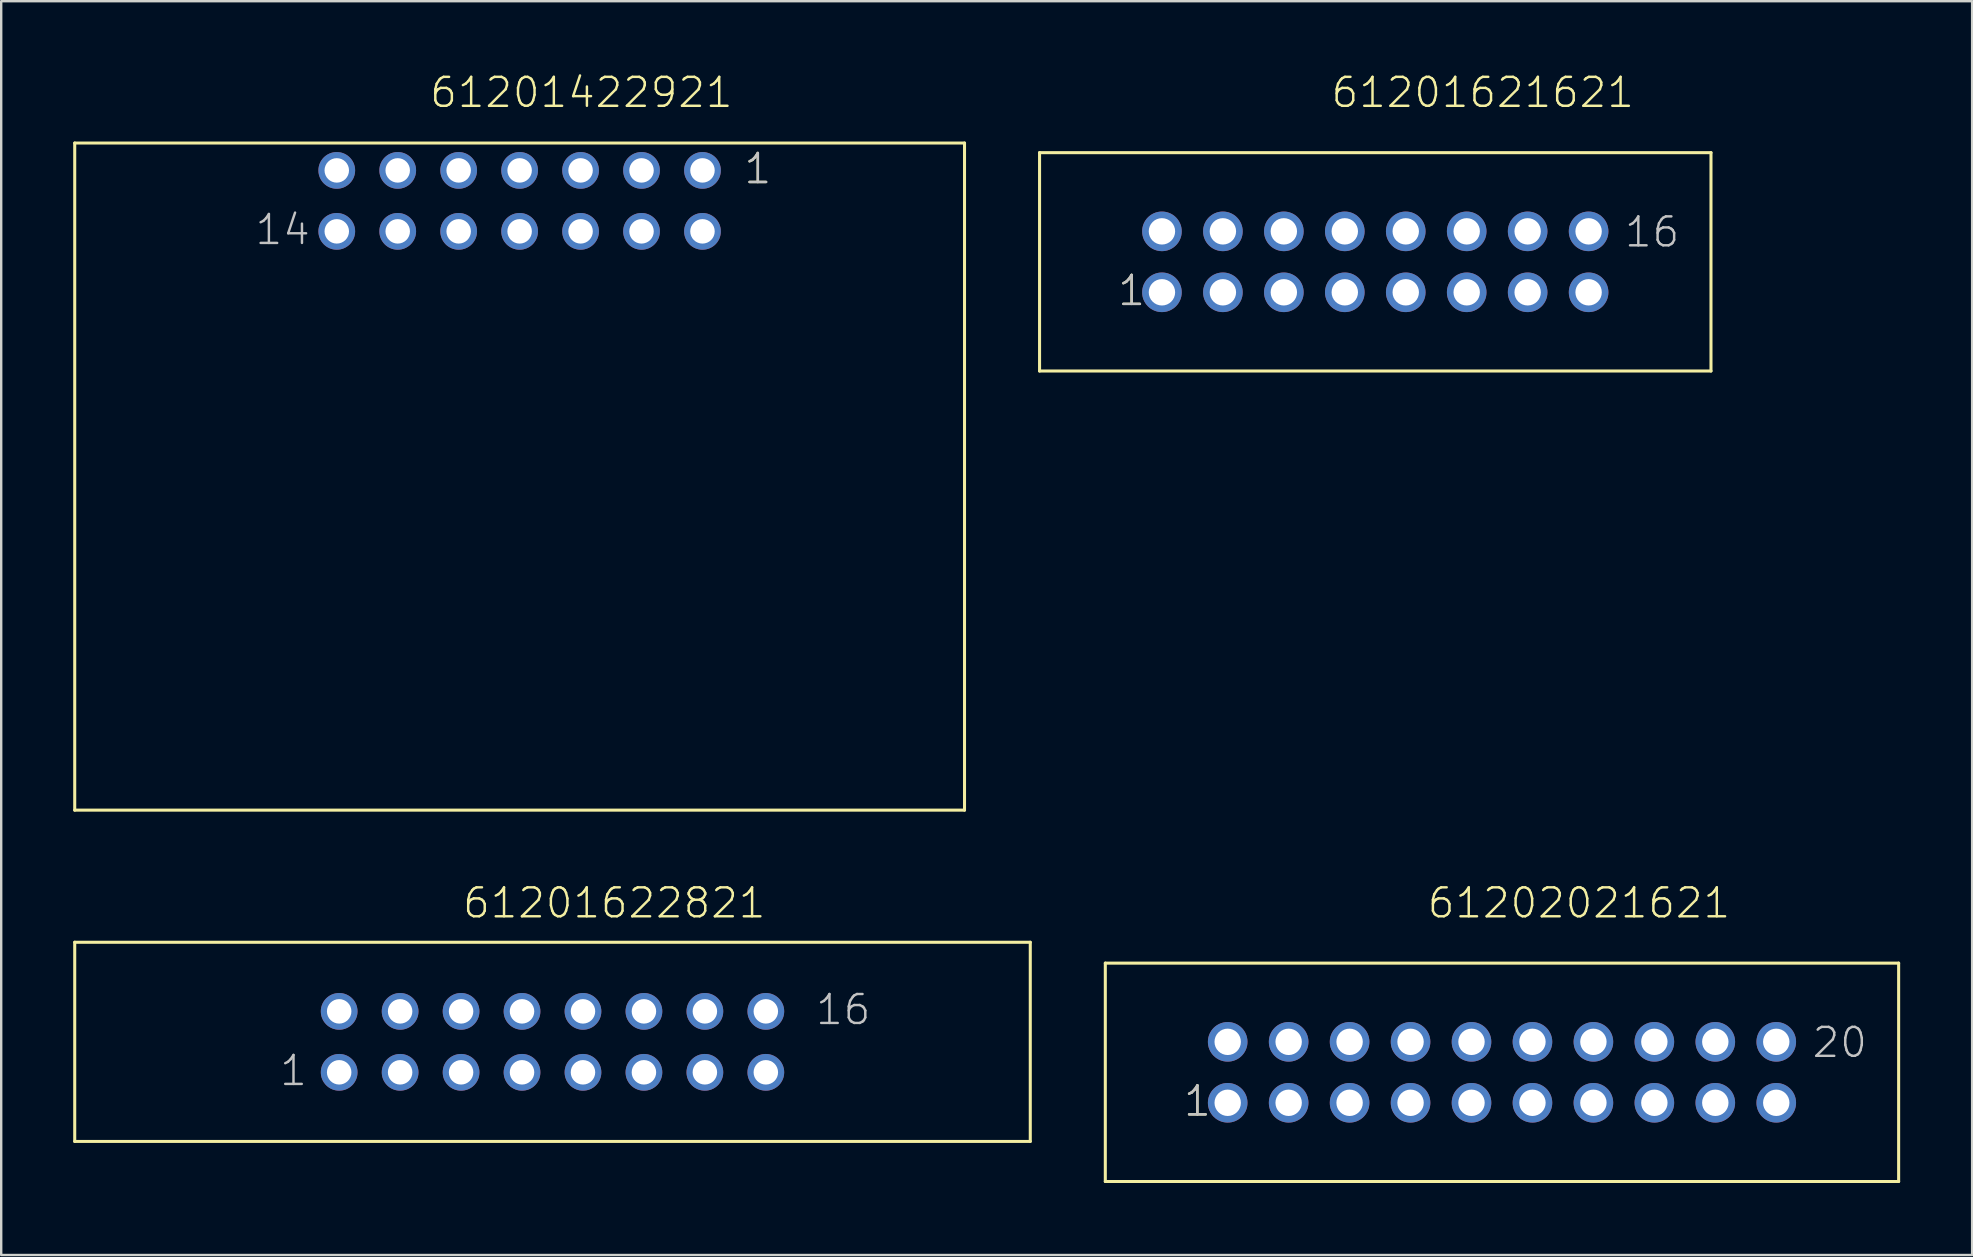
<source format=kicad_pcb>
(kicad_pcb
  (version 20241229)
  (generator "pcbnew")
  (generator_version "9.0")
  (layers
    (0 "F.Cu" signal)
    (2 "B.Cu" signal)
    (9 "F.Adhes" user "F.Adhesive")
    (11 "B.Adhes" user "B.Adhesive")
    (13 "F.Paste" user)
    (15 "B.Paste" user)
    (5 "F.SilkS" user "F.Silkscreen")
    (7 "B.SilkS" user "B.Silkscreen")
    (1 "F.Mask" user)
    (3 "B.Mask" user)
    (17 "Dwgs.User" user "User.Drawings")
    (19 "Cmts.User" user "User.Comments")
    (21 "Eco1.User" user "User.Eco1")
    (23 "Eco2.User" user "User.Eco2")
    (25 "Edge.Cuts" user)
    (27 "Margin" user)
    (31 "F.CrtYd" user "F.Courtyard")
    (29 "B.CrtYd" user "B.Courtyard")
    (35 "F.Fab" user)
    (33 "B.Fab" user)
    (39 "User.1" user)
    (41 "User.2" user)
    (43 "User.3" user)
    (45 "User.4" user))
  (footprint "61201422921"
    (layer "F.Cu")
    (at 18.604 5.321)
    (property "Reference" "61201422921" (at -3.81 -3.81 0) (layer "F.SilkS") (effects (font (size 1.206 1.206) (thickness 0.102)) (justify left bottom)))
    (attr through_hole)
    (fp_line (start -18.54 -2.41) (end -18.54 25.39) (stroke (width 0.127) (type solid)) (layer "F.SilkS"))
    (fp_line (start -18.54 -2.41) (end 18.54 -2.41) (stroke (width 0.127) (type solid)) (layer "F.SilkS"))
    (fp_line (start -18.54 25.39) (end 18.54 25.39) (stroke (width 0.127) (type solid)) (layer "F.SilkS"))
    (fp_line (start 18.54 -2.41) (end 18.54 25.39) (stroke (width 0.127) (type solid)) (layer "F.SilkS"))
    (fp_text user "1" (at 9.285 -0.635 0) (layer "F.SilkS") (effects (font (size 1.206 1.206) (thickness 0.102)) (justify left bottom)))
    (fp_text user "14" (at -11.09 1.905 0) (layer "Dwgs.User") (effects (font (size 1.206 1.206) (thickness 0.102)) (justify left bottom)))
    (fp_text user "1" (at 9.285 -0.635 0) (layer "Dwgs.User") (effects (font (size 1.206 1.206) (thickness 0.102)) (justify left bottom)))
    (pad "1" thru_hole circle (at 7.62 -1.27) (size 1.53 1.53) (drill 1.02) (layers "*.Cu" "*.Mask"))
    (pad "2" thru_hole circle (at 7.62 1.27) (size 1.53 1.53) (drill 1.02) (layers "*.Cu" "*.Mask"))
    (pad "3" thru_hole circle (at 5.08 -1.27) (size 1.53 1.53) (drill 1.02) (layers "*.Cu" "*.Mask"))
    (pad "4" thru_hole circle (at 5.08 1.27) (size 1.53 1.53) (drill 1.02) (layers "*.Cu" "*.Mask"))
    (pad "5" thru_hole circle (at 2.54 -1.27) (size 1.53 1.53) (drill 1.02) (layers "*.Cu" "*.Mask"))
    (pad "6" thru_hole circle (at 2.54 1.27) (size 1.53 1.53) (drill 1.02) (layers "*.Cu" "*.Mask"))
    (pad "7" thru_hole circle (at 0 -1.27) (size 1.53 1.53) (drill 1.02) (layers "*.Cu" "*.Mask"))
    (pad "8" thru_hole circle (at 0 1.27) (size 1.53 1.53) (drill 1.02) (layers "*.Cu" "*.Mask"))
    (pad "9" thru_hole circle (at -2.54 -1.27) (size 1.53 1.53) (drill 1.02) (layers "*.Cu" "*.Mask"))
    (pad "10" thru_hole circle (at -2.54 1.27) (size 1.53 1.53) (drill 1.02) (layers "*.Cu" "*.Mask"))
    (pad "11" thru_hole circle (at -5.08 -1.27) (size 1.53 1.53) (drill 1.02) (layers "*.Cu" "*.Mask"))
    (pad "12" thru_hole circle (at -5.08 1.27) (size 1.53 1.53) (drill 1.02) (layers "*.Cu" "*.Mask"))
    (pad "13" thru_hole circle (at -7.62 -1.27) (size 1.53 1.53) (drill 1.02) (layers "*.Cu" "*.Mask"))
    (pad "14" thru_hole circle (at -7.62 1.27) (size 1.53 1.53) (drill 1.02) (layers "*.Cu" "*.Mask")))
  (footprint "61202021621"
    (layer "F.Cu")
    (at 59.541 41.636)
    (property "Reference" "61202021621" (at -3.175 -6.35 0) (layer "F.SilkS") (effects (font (size 1.206 1.206) (thickness 0.102)) (justify left bottom)))
    (attr through_hole)
    (fp_line (start -16.53 -4.55) (end 16.53 -4.55) (stroke (width 0.127) (type solid)) (layer "F.SilkS"))
    (fp_line (start -16.53 4.55) (end -16.53 -4.55) (stroke (width 0.127) (type solid)) (layer "F.SilkS"))
    (fp_line (start 16.53 -4.55) (end 16.53 4.55) (stroke (width 0.127) (type solid)) (layer "F.SilkS"))
    (fp_line (start 16.53 4.55) (end -16.53 4.55) (stroke (width 0.127) (type solid)) (layer "F.SilkS"))
    (fp_text user "1" (at -13.335 1.905 0) (layer "F.SilkS") (effects (font (size 1.206 1.206) (thickness 0.102)) (justify left bottom)))
    (fp_text user "1" (at -13.335 1.905 0) (layer "Dwgs.User") (effects (font (size 1.206 1.206) (thickness 0.102)) (justify left bottom)))
    (fp_text user "20" (at 12.86 -0.535 0) (layer "Dwgs.User") (effects (font (size 1.206 1.206) (thickness 0.102)) (justify left bottom)))
    (pad "1" thru_hole circle (at -11.43 1.27) (size 1.65 1.65) (drill 1.1) (layers "*.Cu" "*.Mask"))
    (pad "2" thru_hole circle (at -11.43 -1.27) (size 1.65 1.65) (drill 1.1) (layers "*.Cu" "*.Mask"))
    (pad "3" thru_hole circle (at -8.89 1.27) (size 1.65 1.65) (drill 1.1) (layers "*.Cu" "*.Mask"))
    (pad "4" thru_hole circle (at -8.89 -1.27) (size 1.65 1.65) (drill 1.1) (layers "*.Cu" "*.Mask"))
    (pad "5" thru_hole circle (at -6.35 1.27) (size 1.65 1.65) (drill 1.1) (layers "*.Cu" "*.Mask"))
    (pad "6" thru_hole circle (at -6.35 -1.27) (size 1.65 1.65) (drill 1.1) (layers "*.Cu" "*.Mask"))
    (pad "7" thru_hole circle (at -3.81 1.27) (size 1.65 1.65) (drill 1.1) (layers "*.Cu" "*.Mask"))
    (pad "8" thru_hole circle (at -3.81 -1.27) (size 1.65 1.65) (drill 1.1) (layers "*.Cu" "*.Mask"))
    (pad "9" thru_hole circle (at -1.27 1.27) (size 1.65 1.65) (drill 1.1) (layers "*.Cu" "*.Mask"))
    (pad "10" thru_hole circle (at -1.27 -1.27) (size 1.65 1.65) (drill 1.1) (layers "*.Cu" "*.Mask"))
    (pad "11" thru_hole circle (at 1.27 1.27) (size 1.65 1.65) (drill 1.1) (layers "*.Cu" "*.Mask"))
    (pad "12" thru_hole circle (at 1.27 -1.27) (size 1.65 1.65) (drill 1.1) (layers "*.Cu" "*.Mask"))
    (pad "13" thru_hole circle (at 3.81 1.27) (size 1.65 1.65) (drill 1.1) (layers "*.Cu" "*.Mask"))
    (pad "14" thru_hole circle (at 3.81 -1.27) (size 1.65 1.65) (drill 1.1) (layers "*.Cu" "*.Mask"))
    (pad "15" thru_hole circle (at 6.35 1.27) (size 1.65 1.65) (drill 1.1) (layers "*.Cu" "*.Mask"))
    (pad "16" thru_hole circle (at 6.35 -1.27) (size 1.65 1.65) (drill 1.1) (layers "*.Cu" "*.Mask"))
    (pad "17" thru_hole circle (at 8.89 1.27) (size 1.65 1.65) (drill 1.1) (layers "*.Cu" "*.Mask"))
    (pad "18" thru_hole circle (at 8.89 -1.27) (size 1.65 1.65) (drill 1.1) (layers "*.Cu" "*.Mask"))
    (pad "19" thru_hole circle (at 11.43 1.27) (size 1.65 1.65) (drill 1.1) (layers "*.Cu" "*.Mask"))
    (pad "20" thru_hole circle (at 11.43 -1.27) (size 1.65 1.65) (drill 1.1) (layers "*.Cu" "*.Mask")))
  (footprint "61201621621"
    (layer "F.Cu")
    (at 54.261 7.861)
    (property "Reference" "61201621621" (at -1.905 -6.35 0) (layer "F.SilkS") (effects (font (size 1.206 1.206) (thickness 0.102)) (justify left bottom)))
    (attr through_hole)
    (fp_line (start -13.99 -4.55) (end 13.99 -4.55) (stroke (width 0.127) (type solid)) (layer "F.SilkS"))
    (fp_line (start -13.99 4.55) (end -13.99 -4.55) (stroke (width 0.127) (type solid)) (layer "F.SilkS"))
    (fp_line (start 13.99 -4.55) (end 13.99 4.55) (stroke (width 0.127) (type solid)) (layer "F.SilkS"))
    (fp_line (start 13.99 4.55) (end -13.99 4.55) (stroke (width 0.127) (type solid)) (layer "F.SilkS"))
    (fp_text user "1" (at -10.795 1.905 0) (layer "F.SilkS") (effects (font (size 1.206 1.206) (thickness 0.102)) (justify left bottom)))
    (fp_text user "1" (at -10.795 1.905 0) (layer "Dwgs.User") (effects (font (size 1.206 1.206) (thickness 0.102)) (justify left bottom)))
    (fp_text user "16" (at 10.32 -0.535 0) (layer "Dwgs.User") (effects (font (size 1.206 1.206) (thickness 0.102)) (justify left bottom)))
    (pad "1" thru_hole circle (at -8.89 1.27) (size 1.65 1.65) (drill 1.1) (layers "*.Cu" "*.Mask"))
    (pad "2" thru_hole circle (at -8.89 -1.27) (size 1.65 1.65) (drill 1.1) (layers "*.Cu" "*.Mask"))
    (pad "3" thru_hole circle (at -6.35 1.27) (size 1.65 1.65) (drill 1.1) (layers "*.Cu" "*.Mask"))
    (pad "4" thru_hole circle (at -6.35 -1.27) (size 1.65 1.65) (drill 1.1) (layers "*.Cu" "*.Mask"))
    (pad "5" thru_hole circle (at -3.81 1.27) (size 1.65 1.65) (drill 1.1) (layers "*.Cu" "*.Mask"))
    (pad "6" thru_hole circle (at -3.81 -1.27) (size 1.65 1.65) (drill 1.1) (layers "*.Cu" "*.Mask"))
    (pad "7" thru_hole circle (at -1.27 1.27) (size 1.65 1.65) (drill 1.1) (layers "*.Cu" "*.Mask"))
    (pad "8" thru_hole circle (at -1.27 -1.27) (size 1.65 1.65) (drill 1.1) (layers "*.Cu" "*.Mask"))
    (pad "9" thru_hole circle (at 1.27 1.27) (size 1.65 1.65) (drill 1.1) (layers "*.Cu" "*.Mask"))
    (pad "10" thru_hole circle (at 1.27 -1.27) (size 1.65 1.65) (drill 1.1) (layers "*.Cu" "*.Mask"))
    (pad "11" thru_hole circle (at 3.81 1.27) (size 1.65 1.65) (drill 1.1) (layers "*.Cu" "*.Mask"))
    (pad "12" thru_hole circle (at 3.81 -1.27) (size 1.65 1.65) (drill 1.1) (layers "*.Cu" "*.Mask"))
    (pad "13" thru_hole circle (at 6.35 1.27) (size 1.65 1.65) (drill 1.1) (layers "*.Cu" "*.Mask"))
    (pad "14" thru_hole circle (at 6.35 -1.27) (size 1.65 1.65) (drill 1.1) (layers "*.Cu" "*.Mask"))
    (pad "15" thru_hole circle (at 8.89 1.27) (size 1.65 1.65) (drill 1.1) (layers "*.Cu" "*.Mask"))
    (pad "16" thru_hole circle (at 8.89 -1.27) (size 1.65 1.65) (drill 1.1) (layers "*.Cu" "*.Mask")))
  (footprint "61201622821"
    (layer "F.Cu")
    (at 19.974 40.366)
    (property "Reference" "61201622821" (at -3.81 -5.08 0) (layer "F.SilkS") (effects (font (size 1.206 1.206) (thickness 0.102)) (justify left bottom)))
    (attr through_hole)
    (fp_line (start -19.91 -4.15) (end 19.91 -4.15) (stroke (width 0.127) (type solid)) (layer "F.SilkS"))
    (fp_line (start -19.91 4.15) (end -19.91 -4.15) (stroke (width 0.127) (type solid)) (layer "F.SilkS"))
    (fp_line (start 19.91 -4.15) (end 19.91 4.15) (stroke (width 0.127) (type solid)) (layer "F.SilkS"))
    (fp_line (start 19.91 4.15) (end -19.91 4.15) (stroke (width 0.127) (type solid)) (layer "F.SilkS"))
    (fp_text user "16" (at 10.9 -0.635 0) (layer "Dwgs.User") (effects (font (size 1.206 1.206) (thickness 0.102)) (justify left bottom)))
    (fp_text user "1" (at -11.435 1.905 0) (layer "Dwgs.User") (effects (font (size 1.206 1.206) (thickness 0.102)) (justify left bottom)))
    (pad "1" thru_hole circle (at -8.89 1.27 180) (size 1.53 1.53) (drill 1.02) (layers "*.Cu" "*.Mask"))
    (pad "2" thru_hole circle (at -8.89 -1.27 180) (size 1.53 1.53) (drill 1.02) (layers "*.Cu" "*.Mask"))
    (pad "3" thru_hole circle (at -6.35 1.27 180) (size 1.53 1.53) (drill 1.02) (layers "*.Cu" "*.Mask"))
    (pad "4" thru_hole circle (at -6.35 -1.27 180) (size 1.53 1.53) (drill 1.02) (layers "*.Cu" "*.Mask"))
    (pad "5" thru_hole circle (at -3.81 1.27 180) (size 1.53 1.53) (drill 1.02) (layers "*.Cu" "*.Mask"))
    (pad "6" thru_hole circle (at -3.81 -1.27 180) (size 1.53 1.53) (drill 1.02) (layers "*.Cu" "*.Mask"))
    (pad "7" thru_hole circle (at -1.27 1.27 180) (size 1.53 1.53) (drill 1.02) (layers "*.Cu" "*.Mask"))
    (pad "8" thru_hole circle (at -1.27 -1.27 180) (size 1.53 1.53) (drill 1.02) (layers "*.Cu" "*.Mask"))
    (pad "9" thru_hole circle (at 1.27 1.27 180) (size 1.53 1.53) (drill 1.02) (layers "*.Cu" "*.Mask"))
    (pad "10" thru_hole circle (at 1.27 -1.27 180) (size 1.53 1.53) (drill 1.02) (layers "*.Cu" "*.Mask"))
    (pad "11" thru_hole circle (at 3.81 1.27 180) (size 1.53 1.53) (drill 1.02) (layers "*.Cu" "*.Mask"))
    (pad "12" thru_hole circle (at 3.81 -1.27 180) (size 1.53 1.53) (drill 1.02) (layers "*.Cu" "*.Mask"))
    (pad "13" thru_hole circle (at 6.35 1.27 180) (size 1.53 1.53) (drill 1.02) (layers "*.Cu" "*.Mask"))
    (pad "14" thru_hole circle (at 6.35 -1.27 180) (size 1.53 1.53) (drill 1.02) (layers "*.Cu" "*.Mask"))
    (pad "15" thru_hole circle (at 8.89 1.27 180) (size 1.53 1.53) (drill 1.02) (layers "*.Cu" "*.Mask"))
    (pad "16" thru_hole circle (at 8.89 -1.27 180) (size 1.53 1.53) (drill 1.02) (layers "*.Cu" "*.Mask")))
  (gr_rect
    (start -3 -3)
    (end 79.134 49.25)
    (stroke (width 0.1) (type default))
    (fill no)
    (layer "Edge.Cuts")))
</source>
